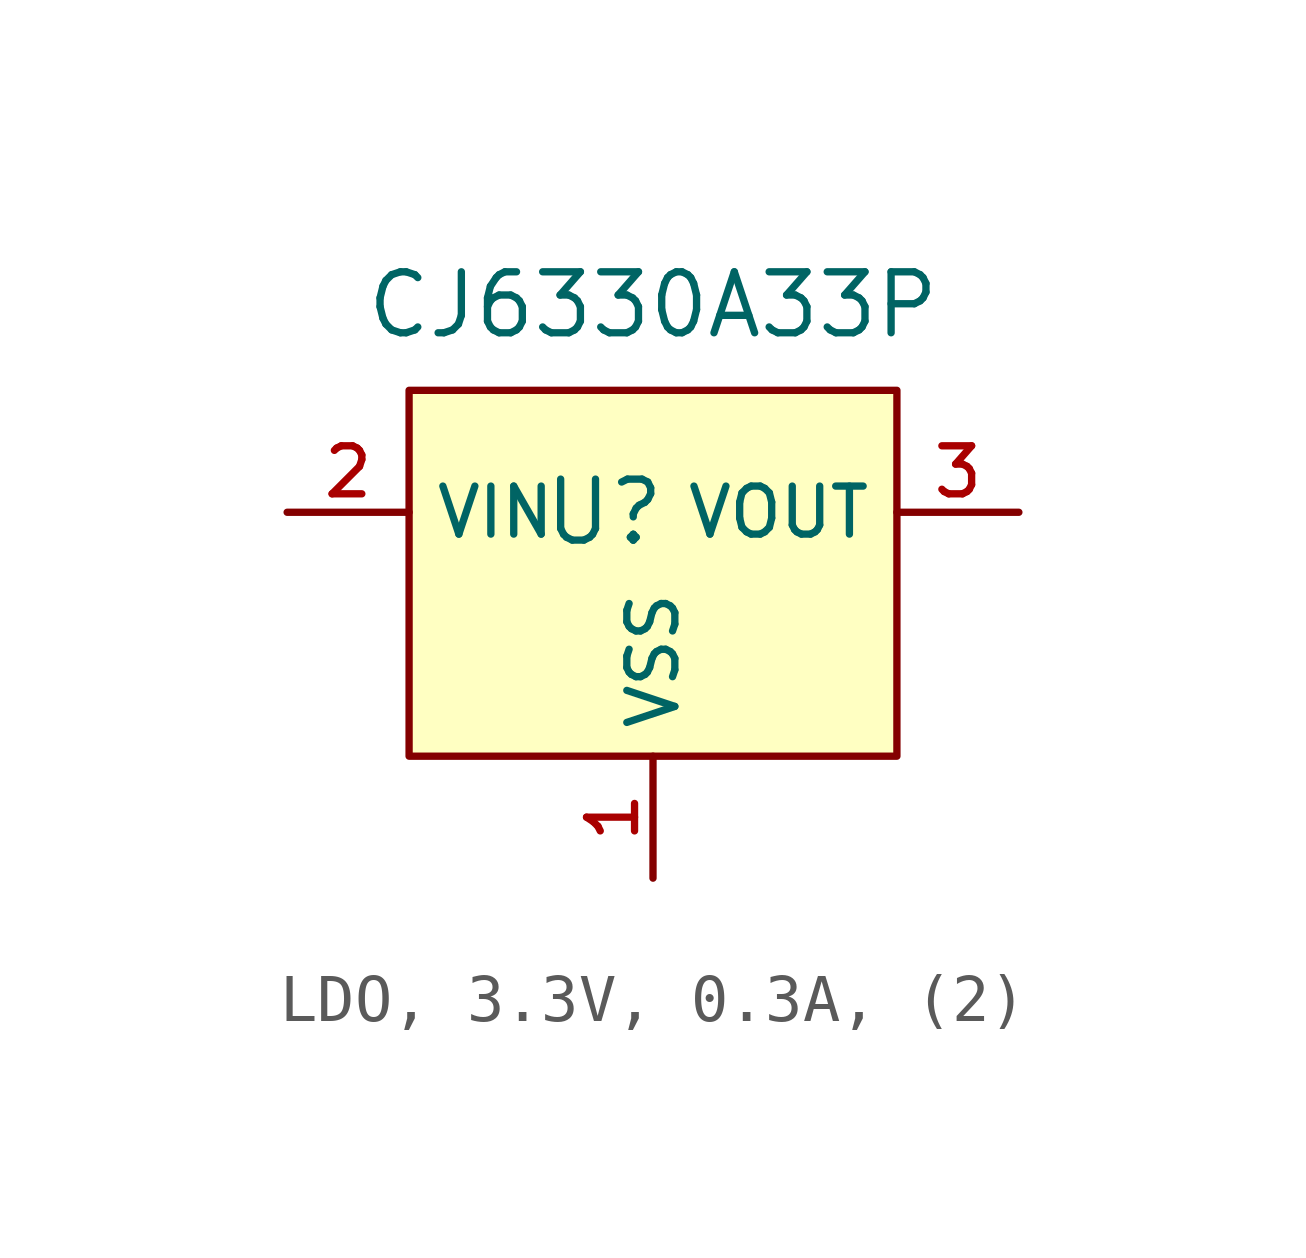
<source format=kicad_sym>
(kicad_symbol_lib
  (version 20231120)
  (generator "CDFER_Archive_Tool")
  (generator_version "0.0")
  (symbol "LDO, 3.3V, 0.3A, (2)"
    (property "Reference" "U"
      (at -1.016 2.54 0)
      (effects (font (size 1.27 1.27))))
    (property "Value" "CJ6330A33P"
      (at 0 6.858 0)
      (effects (font (size 1.27 1.27))))
    (symbol "LDO, 3.3V, 0.3A, (2)_0_1"
      (rectangle (start -5.08 5.08) (end 5.08 -2.54) (stroke (width 0) (type default)) (fill (type background)))
      (pin unspecified line (at 0 -5.08 90) (length 2.54) (name "VSS" (effects (font (size 1 1)))) (number "1" (effects (font (size 1 1)))))
      (pin unspecified line (at -7.62 2.54 0) (length 2.54) (name "VIN" (effects (font (size 1 1)))) (number "2" (effects (font (size 1 1)))))
      (pin unspecified line (at 7.62 2.54 180) (length 2.54) (name "VOUT" (effects (font (size 1 1)))) (number "3" (effects (font (size 1 1))))))))
</source>
